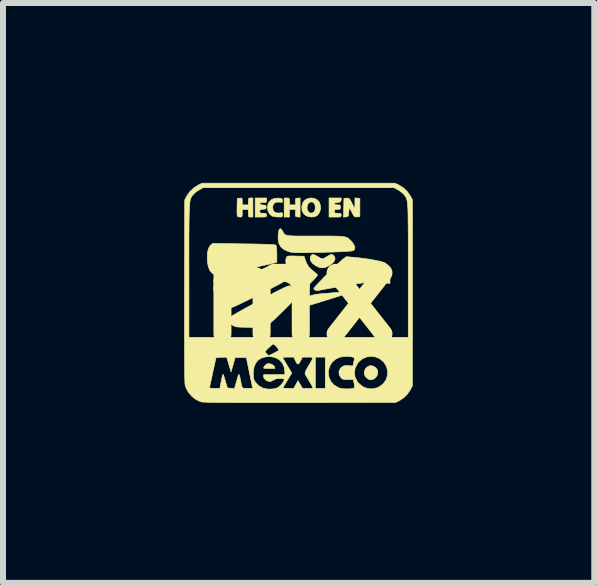
<source format=kicad_pcb>
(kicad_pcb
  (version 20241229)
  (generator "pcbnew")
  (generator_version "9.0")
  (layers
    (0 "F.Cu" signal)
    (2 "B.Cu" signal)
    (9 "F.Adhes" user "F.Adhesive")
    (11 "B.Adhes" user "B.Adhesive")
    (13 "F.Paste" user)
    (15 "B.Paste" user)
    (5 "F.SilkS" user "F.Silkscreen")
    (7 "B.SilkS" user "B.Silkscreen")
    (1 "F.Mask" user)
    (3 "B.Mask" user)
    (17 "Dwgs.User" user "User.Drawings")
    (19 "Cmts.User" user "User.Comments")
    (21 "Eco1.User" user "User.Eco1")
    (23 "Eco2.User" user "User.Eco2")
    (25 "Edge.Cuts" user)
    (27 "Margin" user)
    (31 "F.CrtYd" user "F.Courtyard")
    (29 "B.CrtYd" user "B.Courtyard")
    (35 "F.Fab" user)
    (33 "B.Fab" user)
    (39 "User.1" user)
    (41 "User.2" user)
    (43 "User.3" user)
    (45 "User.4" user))
  (footprint "mx"
    (layer "F.Cu")
    (at 1.93 1.827)
    (property "Reference" "mx" (at 0 0 0) (layer "F.SilkS") (effects (font (size 1.524 1.524) (thickness 0.3))))
    (attr through_hole)
    (fp_poly (pts (xy -0.476 1.189) (xy -0.438 1.205) (xy -0.407 1.23) (xy -0.394 1.261) (xy -0.394 1.265) (xy -0.405 1.267) (xy -0.436 1.269) (xy -0.48 1.27) (xy -0.489 1.27) (xy -0.534 1.269) (xy -0.568 1.266) (xy -0.584 1.261) (xy -0.584 1.26) (xy -0.574 1.235) (xy -0.55 1.209) (xy -0.521 1.191) (xy -0.515 1.189) (xy -0.476 1.189)) (stroke (width 0.01) (type solid)) (fill yes) (layer "F.SilkS"))
    (fp_poly (pts (xy 1.267 1.241) (xy 1.282 1.252) (xy 1.309 1.282) (xy 1.32 1.315) (xy 1.321 1.334) (xy 1.311 1.382) (xy 1.284 1.422) (xy 1.247 1.448) (xy 1.204 1.458) (xy 1.162 1.446) (xy 1.162 1.446) (xy 1.118 1.41) (xy 1.096 1.365) (xy 1.095 1.316) (xy 1.117 1.27) (xy 1.129 1.256) (xy 1.174 1.226) (xy 1.22 1.221) (xy 1.267 1.241)) (stroke (width 0.01) (type solid)) (fill yes) (layer "F.SilkS"))
    (fp_poly (pts (xy 0.025 -1.256) (xy -0.016 -1.26) (xy -0.04 -1.263) (xy -0.052 -1.273) (xy -0.054 -1.295) (xy -0.053 -1.324) (xy -0.049 -1.384) (xy -0.152 -1.384) (xy -0.152 -1.257) (xy -0.241 -1.257) (xy -0.241 -1.575) (xy -0.197 -1.575) (xy -0.17 -1.574) (xy -0.157 -1.565) (xy -0.153 -1.543) (xy -0.152 -1.518) (xy -0.152 -1.46) (xy -0.049 -1.46) (xy -0.053 -1.514) (xy -0.054 -1.548) (xy -0.048 -1.565) (xy -0.03 -1.571) (xy -0.016 -1.572) (xy 0.025 -1.576) (xy 0.025 -1.256)) (stroke (width 0.01) (type solid)) (fill yes) (layer "F.SilkS"))
    (fp_poly (pts (xy 1.022 -1.568) (xy 1.022 -1.264) (xy 0.976 -1.26) (xy 0.952 -1.259) (xy 0.935 -1.264) (xy 0.92 -1.28) (xy 0.902 -1.312) (xy 0.888 -1.339) (xy 0.845 -1.422) (xy 0.838 -1.343) (xy 0.834 -1.3) (xy 0.829 -1.276) (xy 0.818 -1.265) (xy 0.799 -1.26) (xy 0.79 -1.26) (xy 0.749 -1.256) (xy 0.756 -1.568) (xy 0.8 -1.572) (xy 0.823 -1.573) (xy 0.839 -1.568) (xy 0.854 -1.553) (xy 0.871 -1.523) (xy 0.892 -1.483) (xy 0.938 -1.391) (xy 0.94 -1.576) (xy 1.022 -1.568)) (stroke (width 0.01) (type solid)) (fill yes) (layer "F.SilkS"))
    (fp_poly (pts (xy 0.572 -0.626) (xy 0.589 -0.612) (xy 0.608 -0.575) (xy 0.603 -0.536) (xy 0.574 -0.495) (xy 0.52 -0.454) (xy 0.504 -0.444) (xy 0.446 -0.417) (xy 0.394 -0.409) (xy 0.341 -0.419) (xy 0.291 -0.442) (xy 0.237 -0.479) (xy 0.204 -0.521) (xy 0.193 -0.567) (xy 0.201 -0.604) (xy 0.218 -0.627) (xy 0.243 -0.633) (xy 0.279 -0.621) (xy 0.322 -0.597) (xy 0.358 -0.576) (xy 0.387 -0.562) (xy 0.399 -0.559) (xy 0.418 -0.566) (xy 0.449 -0.583) (xy 0.471 -0.597) (xy 0.516 -0.623) (xy 0.547 -0.633) (xy 0.572 -0.626)) (stroke (width 0.01) (type solid)) (fill yes) (layer "F.SilkS"))
    (fp_poly (pts (xy -0.762 -1.257) (xy -0.8 -1.257) (xy -0.823 -1.259) (xy -0.834 -1.267) (xy -0.838 -1.289) (xy -0.838 -1.321) (xy -0.838 -1.384) (xy -0.94 -1.384) (xy -0.94 -1.321) (xy -0.941 -1.283) (xy -0.946 -1.264) (xy -0.959 -1.258) (xy -0.978 -1.257) (xy -1.007 -1.262) (xy -1.023 -1.274) (xy -1.025 -1.293) (xy -1.027 -1.331) (xy -1.027 -1.383) (xy -1.026 -1.43) (xy -1.022 -1.568) (xy -0.981 -1.572) (xy -0.956 -1.574) (xy -0.944 -1.567) (xy -0.94 -1.545) (xy -0.94 -1.518) (xy -0.94 -1.46) (xy -0.838 -1.46) (xy -0.838 -1.518) (xy -0.837 -1.553) (xy -0.831 -1.569) (xy -0.814 -1.574) (xy -0.8 -1.575) (xy -0.762 -1.575) (xy -0.762 -1.257)) (stroke (width 0.01) (type solid)) (fill yes) (layer "F.SilkS"))
    (fp_poly (pts (xy 0.78 -0.008) (xy 0.79 -0.002) (xy 0.799 0.014) (xy 0.797 0.02) (xy 0.784 0.025) (xy 0.749 0.037) (xy 0.698 0.054) (xy 0.633 0.075) (xy 0.557 0.099) (xy 0.475 0.124) (xy 0.39 0.151) (xy 0.306 0.177) (xy 0.226 0.201) (xy 0.153 0.223) (xy 0.091 0.241) (xy 0.048 0.254) (xy 0.005 0.264) (xy -0.028 0.269) (xy -0.044 0.267) (xy -0.044 0.267) (xy -0.045 0.242) (xy -0.028 0.204) (xy -0.004 0.168) (xy 0.043 0.124) (xy 0.111 0.085) (xy 0.197 0.054) (xy 0.296 0.031) (xy 0.406 0.019) (xy 0.417 0.018) (xy 0.483 0.014) (xy 0.56 0.007) (xy 0.634 -0.000339) (xy 0.651 -0.002) (xy 0.714 -0.009) (xy 0.755 -0.011) (xy 0.78 -0.008)) (stroke (width 0.01) (type solid)) (fill yes) (layer "F.SilkS"))
    (fp_poly (pts (xy -0.299 -1.569) (xy -0.279 -1.562) (xy -0.271 -1.547) (xy -0.269 -1.534) (xy -0.268 -1.512) (xy -0.275 -1.503) (xy -0.298 -1.504) (xy -0.322 -1.507) (xy -0.374 -1.505) (xy -0.41 -1.484) (xy -0.429 -1.445) (xy -0.432 -1.416) (xy -0.423 -1.367) (xy -0.396 -1.336) (xy -0.352 -1.324) (xy -0.322 -1.325) (xy -0.288 -1.329) (xy -0.272 -1.326) (xy -0.267 -1.311) (xy -0.267 -1.295) (xy -0.268 -1.274) (xy -0.275 -1.263) (xy -0.295 -1.258) (xy -0.333 -1.258) (xy -0.34 -1.258) (xy -0.387 -1.261) (xy -0.429 -1.27) (xy -0.448 -1.277) (xy -0.487 -1.312) (xy -0.512 -1.361) (xy -0.52 -1.418) (xy -0.511 -1.474) (xy -0.499 -1.499) (xy -0.459 -1.543) (xy -0.404 -1.568) (xy -0.337 -1.573) (xy -0.299 -1.569)) (stroke (width 0.01) (type solid)) (fill yes) (layer "F.SilkS"))
    (fp_poly (pts (xy -0.078 -0.608) (xy -0.049 -0.607) (xy 0.091 -0.603) (xy 0.114 -0.535) (xy 0.139 -0.474) (xy 0.169 -0.426) (xy 0.213 -0.381) (xy 0.249 -0.353) (xy 0.282 -0.325) (xy 0.307 -0.303) (xy 0.316 -0.291) (xy 0.309 -0.278) (xy 0.288 -0.252) (xy 0.258 -0.218) (xy 0.223 -0.182) (xy 0.188 -0.147) (xy 0.158 -0.12) (xy 0.137 -0.104) (xy 0.131 -0.102) (xy 0.115 -0.107) (xy 0.083 -0.12) (xy 0.057 -0.132) (xy -0.004 -0.17) (xy -0.066 -0.224) (xy -0.123 -0.287) (xy -0.167 -0.352) (xy -0.174 -0.366) (xy -0.198 -0.427) (xy -0.211 -0.488) (xy -0.214 -0.542) (xy -0.204 -0.582) (xy -0.204 -0.583) (xy -0.196 -0.595) (xy -0.184 -0.603) (xy -0.164 -0.607) (xy -0.13 -0.608) (xy -0.078 -0.608)) (stroke (width 0.01) (type solid)) (fill yes) (layer "F.SilkS"))
    (fp_poly (pts (xy 0.251 -1.571) (xy 0.301 -1.551) (xy 0.339 -1.514) (xy 0.343 -1.508) (xy 0.364 -1.452) (xy 0.366 -1.392) (xy 0.35 -1.335) (xy 0.316 -1.289) (xy 0.302 -1.277) (xy 0.262 -1.262) (xy 0.211 -1.258) (xy 0.158 -1.266) (xy 0.119 -1.282) (xy 0.079 -1.32) (xy 0.057 -1.372) (xy 0.054 -1.426) (xy 0.141 -1.426) (xy 0.143 -1.386) (xy 0.159 -1.349) (xy 0.189 -1.325) (xy 0.225 -1.324) (xy 0.256 -1.342) (xy 0.273 -1.372) (xy 0.279 -1.414) (xy 0.274 -1.457) (xy 0.258 -1.488) (xy 0.228 -1.509) (xy 0.198 -1.508) (xy 0.171 -1.492) (xy 0.151 -1.463) (xy 0.141 -1.426) (xy 0.054 -1.426) (xy 0.054 -1.432) (xy 0.069 -1.492) (xy 0.099 -1.535) (xy 0.144 -1.563) (xy 0.197 -1.575) (xy 0.251 -1.571)) (stroke (width 0.01) (type solid)) (fill yes) (layer "F.SilkS"))
    (fp_poly (pts (xy -0.533 -1.537) (xy -0.535 -1.513) (xy -0.545 -1.502) (xy -0.569 -1.499) (xy -0.591 -1.499) (xy -0.629 -1.496) (xy -0.646 -1.487) (xy -0.648 -1.48) (xy -0.637 -1.466) (xy -0.602 -1.459) (xy -0.594 -1.458) (xy -0.56 -1.454) (xy -0.544 -1.445) (xy -0.54 -1.426) (xy -0.54 -1.422) (xy -0.543 -1.402) (xy -0.556 -1.392) (xy -0.587 -1.387) (xy -0.594 -1.387) (xy -0.628 -1.383) (xy -0.644 -1.373) (xy -0.648 -1.355) (xy -0.648 -1.352) (xy -0.645 -1.333) (xy -0.633 -1.324) (xy -0.605 -1.321) (xy -0.591 -1.321) (xy -0.555 -1.319) (xy -0.539 -1.313) (xy -0.534 -1.298) (xy -0.533 -1.289) (xy -0.535 -1.273) (xy -0.542 -1.263) (xy -0.56 -1.259) (xy -0.595 -1.257) (xy -0.629 -1.257) (xy -0.724 -1.257) (xy -0.724 -1.575) (xy -0.533 -1.575) (xy -0.533 -1.537)) (stroke (width 0.01) (type solid)) (fill yes) (layer "F.SilkS"))
    (fp_poly (pts (xy 0.709 -1.54) (xy 0.703 -1.518) (xy 0.689 -1.506) (xy 0.658 -1.502) (xy 0.651 -1.501) (xy 0.612 -1.494) (xy 0.597 -1.482) (xy 0.597 -1.479) (xy 0.606 -1.466) (xy 0.636 -1.461) (xy 0.648 -1.46) (xy 0.68 -1.459) (xy 0.695 -1.451) (xy 0.698 -1.431) (xy 0.699 -1.422) (xy 0.696 -1.398) (xy 0.686 -1.387) (xy 0.659 -1.384) (xy 0.648 -1.384) (xy 0.615 -1.383) (xy 0.6 -1.374) (xy 0.597 -1.355) (xy 0.597 -1.353) (xy 0.599 -1.333) (xy 0.611 -1.324) (xy 0.639 -1.321) (xy 0.654 -1.321) (xy 0.689 -1.319) (xy 0.706 -1.313) (xy 0.711 -1.298) (xy 0.711 -1.289) (xy 0.71 -1.273) (xy 0.703 -1.264) (xy 0.686 -1.259) (xy 0.652 -1.257) (xy 0.61 -1.257) (xy 0.508 -1.257) (xy 0.508 -1.575) (xy 0.713 -1.575) (xy 0.709 -1.54)) (stroke (width 0.01) (type solid)) (fill yes) (layer "F.SilkS"))
    (fp_poly (pts (xy -0.914 -0.81) (xy -0.765 -0.808) (xy -0.64 -0.805) (xy -0.539 -0.802) (xy -0.462 -0.799) (xy -0.41 -0.795) (xy -0.382 -0.791) (xy -0.378 -0.79) (xy -0.372 -0.771) (xy -0.367 -0.733) (xy -0.364 -0.681) (xy -0.363 -0.64) (xy -0.362 -0.504) (xy -0.4 -0.493) (xy -0.459 -0.478) (xy -0.538 -0.46) (xy -0.631 -0.44) (xy -0.734 -0.418) (xy -0.84 -0.396) (xy -0.946 -0.376) (xy -1.046 -0.357) (xy -1.086 -0.35) (xy -1.165 -0.336) (xy -1.238 -0.323) (xy -1.3 -0.312) (xy -1.346 -0.304) (xy -1.372 -0.3) (xy -1.374 -0.299) (xy -1.41 -0.302) (xy -1.447 -0.325) (xy -1.447 -0.325) (xy -1.483 -0.371) (xy -1.508 -0.436) (xy -1.522 -0.52) (xy -1.524 -0.577) (xy -1.52 -0.659) (xy -1.507 -0.721) (xy -1.485 -0.767) (xy -1.467 -0.787) (xy -1.436 -0.817) (xy -0.914 -0.81)) (stroke (width 0.01) (type solid)) (fill yes) (layer "F.SilkS"))
    (fp_poly (pts (xy 0.941 -0.584) (xy 1.031 -0.574) (xy 1.124 -0.562) (xy 1.213 -0.548) (xy 1.294 -0.533) (xy 1.363 -0.518) (xy 1.414 -0.503) (xy 1.437 -0.494) (xy 1.474 -0.469) (xy 1.5 -0.433) (xy 1.516 -0.384) (xy 1.523 -0.316) (xy 1.524 -0.268) (xy 1.524 -0.152) (xy 1.49 -0.152) (xy 1.456 -0.161) (xy 1.427 -0.18) (xy 1.398 -0.207) (xy 1.128 -0.167) (xy 1.049 -0.155) (xy 0.959 -0.141) (xy 0.861 -0.125) (xy 0.759 -0.109) (xy 0.659 -0.092) (xy 0.564 -0.076) (xy 0.478 -0.061) (xy 0.405 -0.047) (xy 0.351 -0.037) (xy 0.326 -0.032) (xy 0.293 -0.032) (xy 0.276 -0.039) (xy 0.258 -0.056) (xy 0.254 -0.066) (xy 0.263 -0.08) (xy 0.287 -0.108) (xy 0.324 -0.148) (xy 0.37 -0.196) (xy 0.423 -0.251) (xy 0.48 -0.308) (xy 0.538 -0.366) (xy 0.594 -0.421) (xy 0.645 -0.47) (xy 0.689 -0.51) (xy 0.722 -0.539) (xy 0.731 -0.547) (xy 0.795 -0.596) (xy 0.941 -0.584)) (stroke (width 0.01) (type solid)) (fill yes) (layer "F.SilkS"))
    (fp_poly (pts (xy -0.147 -0.109) (xy -0.123 -0.096) (xy -0.091 -0.069) (xy -0.058 -0.037) (xy -0.000127 0.028) (xy -0.028 0.068) (xy -0.05 0.094) (xy -0.086 0.134) (xy -0.134 0.184) (xy -0.19 0.241) (xy -0.25 0.301) (xy -0.311 0.36) (xy -0.369 0.416) (xy -0.42 0.464) (xy -0.462 0.501) (xy -0.49 0.524) (xy -0.492 0.526) (xy -0.536 0.55) (xy -0.584 0.569) (xy -0.6 0.573) (xy -0.637 0.577) (xy -0.692 0.58) (xy -0.759 0.582) (xy -0.832 0.582) (xy -0.904 0.581) (xy -0.97 0.579) (xy -1.022 0.576) (xy -1.054 0.571) (xy -1.091 0.555) (xy -1.124 0.528) (xy -1.15 0.494) (xy -1.165 0.461) (xy -1.166 0.433) (xy -1.154 0.417) (xy -1.095 0.382) (xy -1.018 0.337) (xy -0.926 0.285) (xy -0.823 0.228) (xy -0.715 0.168) (xy -0.605 0.109) (xy -0.497 0.052) (xy -0.485 0.045) (xy -0.386 -0.006) (xy -0.307 -0.046) (xy -0.246 -0.076) (xy -0.201 -0.096) (xy -0.17 -0.107) (xy -0.151 -0.11) (xy -0.147 -0.109)) (stroke (width 0.01) (type solid)) (fill yes) (layer "F.SilkS"))
    (fp_poly (pts (xy -0.31 -0.389) (xy -0.294 -0.373) (xy -0.274 -0.341) (xy -0.254 -0.301) (xy -0.238 -0.26) (xy -0.229 -0.227) (xy -0.229 -0.221) (xy -0.239 -0.194) (xy -0.264 -0.17) (xy -0.288 -0.156) (xy -0.333 -0.132) (xy -0.393 -0.101) (xy -0.465 -0.063) (xy -0.547 -0.022) (xy -0.633 0.022) (xy -0.721 0.066) (xy -0.808 0.109) (xy -0.889 0.148) (xy -0.962 0.184) (xy -1.022 0.212) (xy -1.066 0.233) (xy -1.082 0.239) (xy -1.145 0.263) (xy -1.191 0.275) (xy -1.225 0.276) (xy -1.254 0.264) (xy -1.279 0.244) (xy -1.321 0.196) (xy -1.356 0.138) (xy -1.385 0.073) (xy -1.405 0.008) (xy -1.415 -0.052) (xy -1.414 -0.104) (xy -1.4 -0.142) (xy -1.392 -0.152) (xy -1.374 -0.159) (xy -1.337 -0.17) (xy -1.284 -0.184) (xy -1.221 -0.2) (xy -1.187 -0.208) (xy -1.109 -0.227) (xy -1.015 -0.249) (xy -0.914 -0.272) (xy -0.816 -0.295) (xy -0.756 -0.309) (xy -0.624 -0.34) (xy -0.515 -0.363) (xy -0.43 -0.379) (xy -0.367 -0.388) (xy -0.327 -0.391) (xy -0.31 -0.389)) (stroke (width 0.01) (type solid)) (fill yes) (layer "F.SilkS"))
    (fp_poly (pts (xy -0.277 -1.04) (xy -0.27 -1.028) (xy -0.258 -1.006) (xy -0.248 -0.988) (xy -0.237 -0.973) (xy -0.222 -0.962) (xy -0.201 -0.954) (xy -0.172 -0.948) (xy -0.131 -0.944) (xy -0.077 -0.941) (xy -0.006 -0.94) (xy 0.083 -0.94) (xy 0.194 -0.94) (xy 0.28 -0.94) (xy 0.408 -0.94) (xy 0.513 -0.94) (xy 0.598 -0.939) (xy 0.666 -0.937) (xy 0.718 -0.934) (xy 0.759 -0.929) (xy 0.789 -0.922) (xy 0.812 -0.913) (xy 0.831 -0.901) (xy 0.848 -0.886) (xy 0.865 -0.868) (xy 0.872 -0.862) (xy 0.915 -0.808) (xy 0.937 -0.762) (xy 0.937 -0.725) (xy 0.916 -0.699) (xy 0.912 -0.697) (xy 0.889 -0.692) (xy 0.841 -0.687) (xy 0.769 -0.682) (xy 0.674 -0.678) (xy 0.555 -0.673) (xy 0.502 -0.672) (xy 0.363 -0.668) (xy 0.247 -0.666) (xy 0.151 -0.664) (xy 0.073 -0.662) (xy 0.011 -0.662) (xy -0.038 -0.663) (xy -0.077 -0.665) (xy -0.107 -0.668) (xy -0.132 -0.672) (xy -0.153 -0.677) (xy -0.173 -0.684) (xy -0.175 -0.684) (xy -0.248 -0.718) (xy -0.299 -0.763) (xy -0.33 -0.82) (xy -0.341 -0.894) (xy -0.342 -0.917) (xy -0.338 -0.986) (xy -0.329 -1.034) (xy -0.315 -1.06) (xy -0.298 -1.062) (xy -0.277 -1.04)) (stroke (width 0.01) (type solid)) (fill yes) (layer "F.SilkS"))
    (fp_poly (pts (xy 1.665 -1.795) (xy 1.744 -1.747) (xy 1.813 -1.682) (xy 1.865 -1.607) (xy 1.899 -1.543) (xy 1.899 1.556) (xy 1.869 1.615) (xy 1.821 1.689) (xy 1.756 1.755) (xy 1.683 1.804) (xy 1.679 1.806) (xy 1.619 1.835) (xy 0.019 1.838) (xy -0.224 1.838) (xy -0.442 1.838) (xy -0.638 1.838) (xy -0.812 1.838) (xy -0.965 1.838) (xy -1.099 1.837) (xy -1.215 1.837) (xy -1.313 1.836) (xy -1.396 1.835) (xy -1.465 1.834) (xy -1.52 1.832) (xy -1.563 1.83) (xy -1.596 1.829) (xy -1.618 1.826) (xy -1.632 1.824) (xy -1.635 1.823) (xy -1.711 1.787) (xy -1.781 1.732) (xy -1.839 1.664) (xy -1.878 1.591) (xy -1.485 1.591) (xy -1.474 1.595) (xy -1.444 1.599) (xy -1.401 1.6) (xy -1.399 1.6) (xy -1.313 1.6) (xy -1.29 1.479) (xy -1.28 1.428) (xy -1.27 1.39) (xy -1.262 1.368) (xy -1.259 1.365) (xy -1.253 1.38) (xy -1.241 1.414) (xy -1.227 1.459) (xy -1.22 1.483) (xy -1.187 1.594) (xy -1.069 1.602) (xy -1.048 1.528) (xy -1.029 1.46) (xy -1.015 1.414) (xy -1.006 1.385) (xy -0.999 1.371) (xy -0.995 1.368) (xy -0.991 1.372) (xy -0.99 1.374) (xy -0.983 1.395) (xy -0.975 1.432) (xy -0.966 1.473) (xy -0.956 1.53) (xy -0.947 1.567) (xy -0.935 1.588) (xy -0.918 1.598) (xy -0.89 1.6) (xy -0.852 1.6) (xy -0.766 1.6) (xy -0.818 1.348) (xy -0.756 1.348) (xy -0.755 1.401) (xy -0.75 1.436) (xy -0.74 1.465) (xy -0.721 1.495) (xy -0.718 1.5) (xy -0.662 1.559) (xy -0.594 1.596) (xy -0.511 1.612) (xy -0.487 1.613) (xy -0.436 1.61) (xy -0.39 1.603) (xy -0.365 1.596) (xy -0.329 1.574) (xy -0.293 1.542) (xy -0.263 1.506) (xy -0.244 1.474) (xy -0.241 1.46) (xy -0.244 1.446) (xy -0.258 1.438) (xy -0.287 1.435) (xy -0.312 1.435) (xy -0.366 1.439) (xy -0.403 1.452) (xy -0.416 1.46) (xy -0.45 1.479) (xy -0.483 1.486) (xy -0.522 1.477) (xy -0.557 1.453) (xy -0.58 1.422) (xy -0.584 1.402) (xy -0.584 1.372) (xy -0.229 1.372) (xy -0.229 1.33) (xy -0.24 1.247) (xy -0.271 1.178) (xy -0.321 1.124) (xy -0.386 1.087) (xy -0.394 1.085) (xy -0.267 1.085) (xy -0.261 1.098) (xy -0.244 1.127) (xy -0.219 1.17) (xy -0.19 1.218) (xy -0.114 1.344) (xy -0.185 1.463) (xy -0.215 1.512) (xy -0.24 1.553) (xy -0.257 1.581) (xy -0.263 1.591) (xy -0.254 1.595) (xy -0.225 1.599) (xy -0.183 1.6) (xy -0.174 1.6) (xy -0.08 1.6) (xy -0.01 1.471) (xy 0.064 1.6) (xy 0.153 1.6) (xy 0.196 1.599) (xy 0.228 1.597) (xy 0.241 1.593) (xy 0.241 1.592) (xy 0.235 1.579) (xy 0.219 1.549) (xy 0.194 1.507) (xy 0.178 1.48) (xy 0.15 1.433) (xy 0.126 1.392) (xy 0.111 1.363) (xy 0.107 1.355) (xy 0.11 1.334) (xy 0.126 1.295) (xy 0.155 1.243) (xy 0.164 1.228) (xy 0.2 1.168) (xy 0.223 1.127) (xy 0.234 1.101) (xy 0.231 1.087) (xy 0.215 1.081) (xy 0.187 1.079) (xy 0.279 1.079) (xy 0.279 1.6) (xy 0.445 1.6) (xy 0.445 1.339) (xy 0.496 1.339) (xy 0.507 1.418) (xy 0.541 1.489) (xy 0.595 1.547) (xy 0.668 1.59) (xy 0.683 1.595) (xy 0.719 1.604) (xy 0.766 1.608) (xy 0.819 1.609) (xy 0.868 1.607) (xy 0.907 1.601) (xy 0.927 1.593) (xy 0.934 1.573) (xy 0.93 1.535) (xy 0.926 1.516) (xy 0.911 1.452) (xy 0.823 1.453) (xy 0.775 1.453) (xy 0.745 1.449) (xy 0.725 1.439) (xy 0.707 1.422) (xy 0.704 1.419) (xy 0.677 1.371) (xy 0.674 1.338) (xy 0.93 1.338) (xy 0.942 1.413) (xy 0.978 1.485) (xy 1.005 1.518) (xy 1.07 1.571) (xy 1.143 1.601) (xy 1.222 1.609) (xy 1.302 1.593) (xy 1.353 1.569) (xy 1.416 1.519) (xy 1.459 1.456) (xy 1.482 1.385) (xy 1.484 1.31) (xy 1.466 1.236) (xy 1.425 1.168) (xy 1.418 1.159) (xy 1.357 1.108) (xy 1.287 1.077) (xy 1.212 1.066) (xy 1.138 1.076) (xy 1.068 1.105) (xy 1.007 1.153) (xy 0.982 1.185) (xy 0.944 1.261) (xy 0.93 1.338) (xy 0.674 1.338) (xy 0.673 1.321) (xy 0.692 1.275) (xy 0.713 1.251) (xy 0.74 1.232) (xy 0.766 1.222) (xy 0.801 1.22) (xy 0.83 1.221) (xy 0.906 1.226) (xy 0.921 1.158) (xy 0.929 1.119) (xy 0.93 1.097) (xy 0.923 1.086) (xy 0.906 1.079) (xy 0.865 1.07) (xy 0.811 1.067) (xy 0.752 1.07) (xy 0.699 1.078) (xy 0.685 1.081) (xy 0.614 1.115) (xy 0.557 1.167) (xy 0.517 1.234) (xy 0.497 1.311) (xy 0.496 1.339) (xy 0.445 1.339) (xy 0.445 1.079) (xy 0.279 1.079) (xy 0.187 1.079) (xy 0.185 1.079) (xy 0.154 1.079) (xy 0.064 1.079) (xy 0.031 1.144) (xy 0.01 1.181) (xy -0.008 1.196) (xy -0.025 1.188) (xy -0.045 1.156) (xy -0.057 1.13) (xy -0.08 1.079) (xy -0.173 1.079) (xy -0.218 1.08) (xy -0.252 1.082) (xy -0.266 1.085) (xy -0.267 1.085) (xy -0.394 1.085) (xy -0.465 1.07) (xy -0.523 1.07) (xy -0.605 1.088) (xy -0.669 1.124) (xy -0.716 1.178) (xy -0.745 1.249) (xy -0.756 1.339) (xy -0.756 1.348) (xy -0.818 1.348) (xy -0.872 1.086) (xy -1.058 1.086) (xy -1.092 1.206) (xy -1.127 1.327) (xy -1.153 1.238) (xy -1.168 1.189) (xy -1.18 1.144) (xy -1.188 1.114) (xy -1.194 1.095) (xy -1.203 1.085) (xy -1.222 1.081) (xy -1.258 1.081) (xy -1.287 1.082) (xy -1.376 1.086) (xy -1.431 1.333) (xy -1.447 1.41) (xy -1.462 1.477) (xy -1.474 1.532) (xy -1.482 1.571) (xy -1.485 1.59) (xy -1.485 1.591) (xy -1.878 1.591) (xy -1.879 1.588) (xy -1.892 1.545) (xy -1.895 1.525) (xy -1.897 1.486) (xy -1.899 1.429) (xy -1.9 1.353) (xy -1.901 1.257) (xy -1.902 1.14) (xy -1.903 1.002) (xy -1.903 0.987) (xy -0.559 0.987) (xy -0.551 1) (xy -0.534 1.022) (xy -0.514 1.043) (xy -0.501 1.054) (xy -0.5 1.054) (xy -0.487 1.049) (xy -0.458 1.035) (xy -0.418 1.016) (xy -0.413 1.013) (xy -0.373 0.992) (xy -0.343 0.975) (xy -0.33 0.965) (xy -0.33 0.965) (xy -0.338 0.946) (xy -0.357 0.92) (xy -0.382 0.892) (xy -0.406 0.87) (xy -0.423 0.861) (xy -0.426 0.861) (xy -0.446 0.875) (xy -0.474 0.9) (xy -0.505 0.929) (xy -0.533 0.957) (xy -0.553 0.978) (xy -0.559 0.987) (xy -1.903 0.987) (xy -1.903 0.842) (xy -1.904 0.659) (xy -1.903 0.453) (xy -1.903 0.222) (xy -1.903 -0.032) (xy -1.901 -0.6) (xy -1.829 -0.6) (xy -1.829 -0.406) (xy -1.829 -0.367) (xy -1.829 0.749) (xy 1.829 0.749) (xy 1.829 -0.367) (xy 1.829 -0.565) (xy 1.829 -0.741) (xy 1.829 -0.893) (xy 1.828 -1.026) (xy 1.827 -1.139) (xy 1.826 -1.236) (xy 1.825 -1.316) (xy 1.823 -1.383) (xy 1.82 -1.438) (xy 1.816 -1.482) (xy 1.812 -1.516) (xy 1.806 -1.544) (xy 1.8 -1.565) (xy 1.792 -1.583) (xy 1.783 -1.598) (xy 1.773 -1.612) (xy 1.762 -1.627) (xy 1.759 -1.63) (xy 1.73 -1.66) (xy 1.688 -1.692) (xy 1.661 -1.709) (xy 1.594 -1.746) (xy -1.594 -1.746) (xy -1.661 -1.709) (xy -1.704 -1.681) (xy -1.742 -1.649) (xy -1.759 -1.63) (xy -1.771 -1.615) (xy -1.782 -1.601) (xy -1.791 -1.586) (xy -1.798 -1.569) (xy -1.805 -1.548) (xy -1.811 -1.522) (xy -1.815 -1.489) (xy -1.819 -1.447) (xy -1.822 -1.394) (xy -1.824 -1.33) (xy -1.826 -1.252) (xy -1.827 -1.159) (xy -1.828 -1.048) (xy -1.829 -0.92) (xy -1.829 -0.771) (xy -1.829 -0.6) (xy -1.901 -0.6) (xy -1.899 -1.543) (xy -1.865 -1.607) (xy -1.813 -1.682) (xy -1.743 -1.747) (xy -1.665 -1.795) (xy -1.607 -1.822) (xy 1.607 -1.822) (xy 1.665 -1.795)) (stroke (width 0.01) (type solid)) (fill yes) (layer "F.SilkS")))
  (gr_rect
    (start -3 -3)
    (end 6.861 6.671)
    (stroke (width 0.1) (type default))
    (fill no)
    (layer "Edge.Cuts")))
</source>
